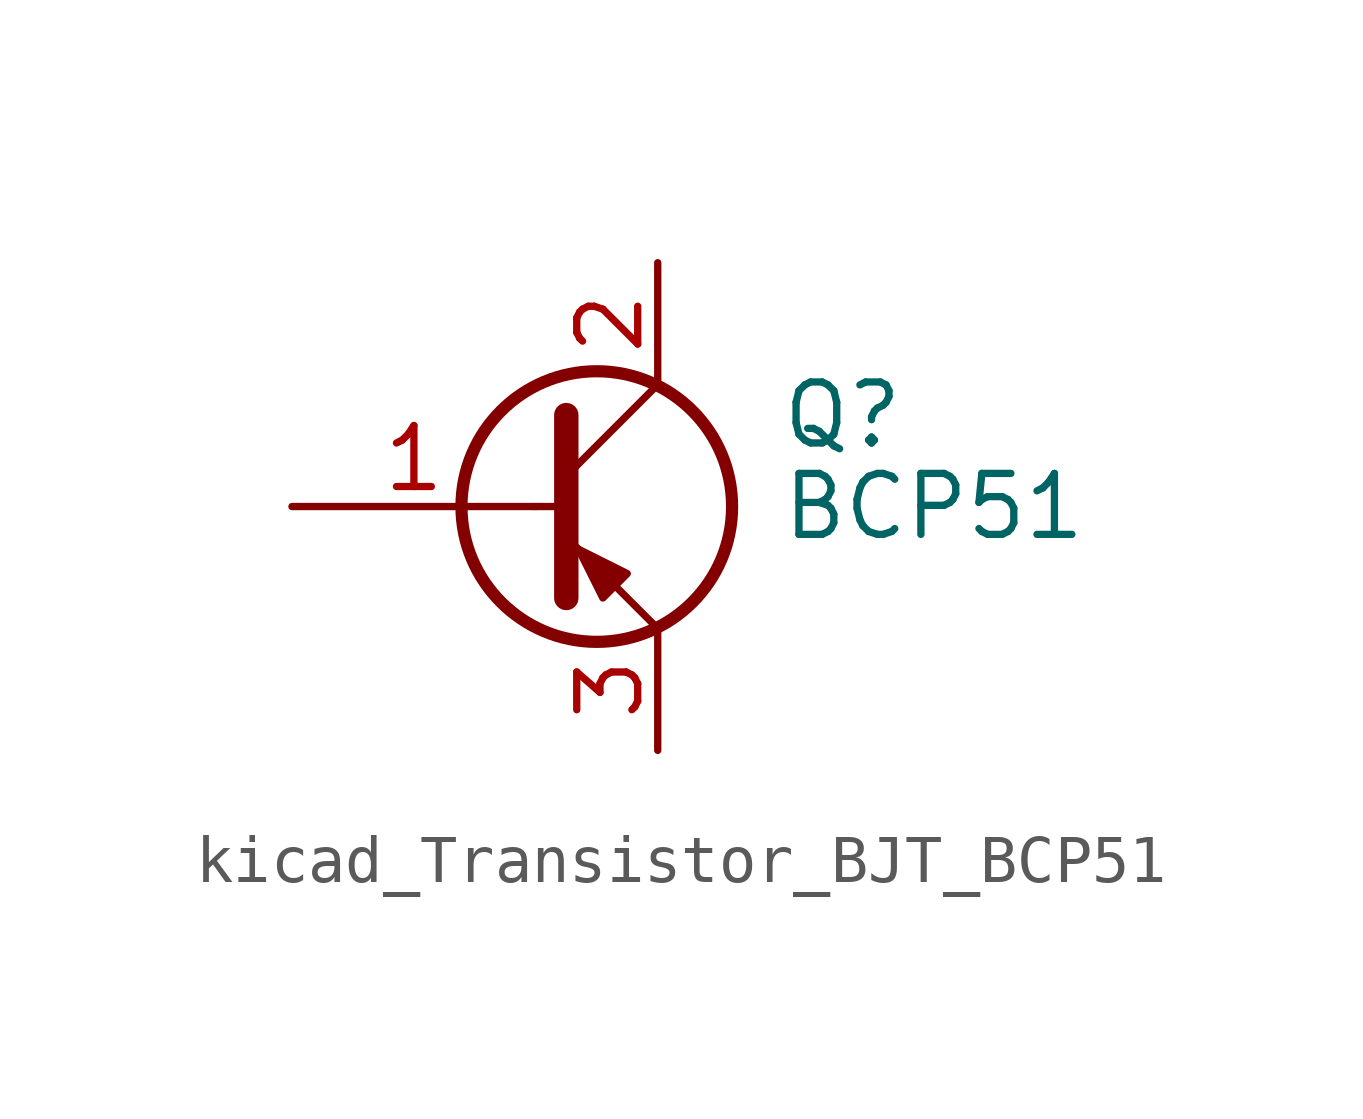
<source format=kicad_sym>
(kicad_symbol_lib
  (version 20220914)
  (generator kicad_symbol_editor)
  (symbol "kicad_Transistor_BJT_BCP51"
    (pin_names
      (offset 0) hide)
    (property "Reference" "Q"
      (at 5.08 1.905 0)
      (effects (font (size 1.27 1.27)) (justify left)))
    (property "Value" "BCP51"
      (at 5.08 0 0)
      (effects (font (size 1.27 1.27)) (justify left)))
    (symbol "kicad_Transistor_BJT_BCP51_0_1"
      (polyline (pts (xy 0 0) (xy 0.635 0)) (stroke (width 0) (type default)) (fill (type none)))
      (polyline (pts (xy 2.54 -2.54) (xy 0.635 -0.635)) (stroke (width 0) (type default)) (fill (type none)))
      (polyline (pts (xy 2.54 2.54) (xy 0.635 0.635)) (stroke (width 0) (type default)) (fill (type none)))
      (polyline (pts (xy 0.635 1.905) (xy 0.635 -1.905) (xy 0.635 -1.905)) (stroke (width 0.508) (type default)) (fill (type outline)))
      (polyline (pts (xy 1.397 -1.905) (xy 1.905 -1.397) (xy 0.889 -0.889) (xy 1.397 -1.905) (xy 1.397 -1.905)) (stroke (width 0) (type default)) (fill (type outline)))
      (circle (center 1.27 0) (radius 2.819) (stroke (width 0.254) (type default)) (fill (type none))))
    (symbol "kicad_Transistor_BJT_BCP51_1_1"
      (pin input line (at -5.08 0 0) (length 5.08) (name "B" (effects (font (size 1.27 1.27)))) (number "1" (effects (font (size 1.27 1.27)))))
      (pin passive line (at 2.54 5.08 270) (length 2.54) (name "C" (effects (font (size 1.27 1.27)))) (number "2" (effects (font (size 1.27 1.27)))))
      (pin passive line (at 2.54 -5.08 90) (length 2.54) (name "E" (effects (font (size 1.27 1.27)))) (number "3" (effects (font (size 1.27 1.27))))))))
</source>
